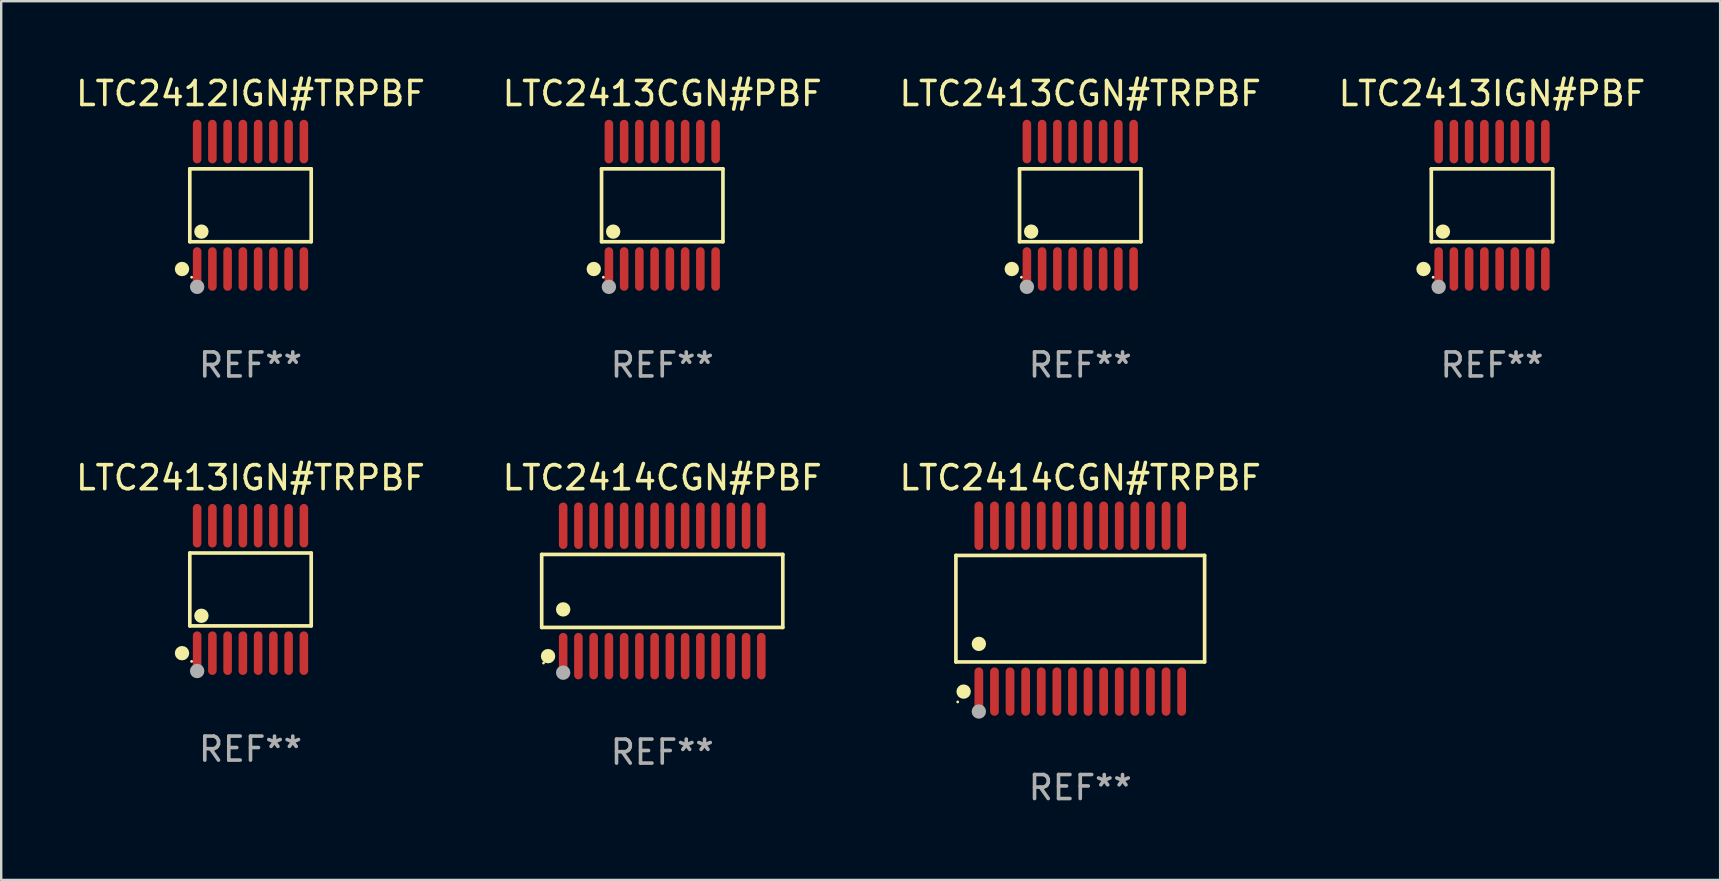
<source format=kicad_pcb>
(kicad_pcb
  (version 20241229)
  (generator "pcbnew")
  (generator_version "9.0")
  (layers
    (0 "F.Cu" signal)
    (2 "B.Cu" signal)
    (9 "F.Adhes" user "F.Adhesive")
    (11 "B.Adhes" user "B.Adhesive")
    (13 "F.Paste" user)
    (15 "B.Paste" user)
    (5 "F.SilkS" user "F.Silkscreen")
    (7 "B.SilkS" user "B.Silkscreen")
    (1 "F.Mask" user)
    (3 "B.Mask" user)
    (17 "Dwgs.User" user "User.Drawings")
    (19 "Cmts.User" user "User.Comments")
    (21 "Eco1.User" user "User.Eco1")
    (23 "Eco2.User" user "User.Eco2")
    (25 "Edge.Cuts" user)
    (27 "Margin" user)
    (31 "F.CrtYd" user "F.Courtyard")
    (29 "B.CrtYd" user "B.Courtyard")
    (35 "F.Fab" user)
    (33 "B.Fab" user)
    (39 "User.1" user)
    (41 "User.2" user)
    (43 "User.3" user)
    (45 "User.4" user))
  (footprint "LTC2413IGN#PBF"
    (layer "F.Cu")
    (at 59.113 5.503)
    (property "Reference" "LTC2413IGN#PBF" (at 0 -4.655 0) (layer "F.SilkS") (effects (font (size 1 1) (thickness 0.15))))
    (attr through_hole)
    (fp_line (start -2.529 -1.519) (end 2.529 -1.519) (stroke (width 0.152) (type solid)) (layer "F.SilkS"))
    (fp_line (start -2.529 1.519) (end -2.529 -1.519) (stroke (width 0.152) (type solid)) (layer "F.SilkS"))
    (fp_line (start 2.529 -1.519) (end 2.529 1.519) (stroke (width 0.152) (type solid)) (layer "F.SilkS"))
    (fp_line (start 2.529 1.519) (end -2.529 1.519) (stroke (width 0.152) (type solid)) (layer "F.SilkS"))
    (fp_circle (center -2.853 2.655) (end -2.703 2.655) (stroke (width 0.3) (type solid)) (fill no) (layer "F.SilkS"))
    (fp_circle (center -2.453 2.998) (end -2.423 2.998) (stroke (width 0.06) (type solid)) (fill no) (layer "F.SilkS"))
    (fp_circle (center -2.045 1.097) (end -1.895 1.097) (stroke (width 0.3) (type solid)) (fill no) (layer "F.SilkS"))
    (fp_circle (center -2.223 3.398) (end -2.072 3.398) (stroke (width 0.3) (type solid)) (fill no) (layer "F.Fab"))
    (fp_text user "REF**" (at 0 6.655 0) (layer "F.Fab") (effects (font (size 1 1) (thickness 0.15))))
    (pad "1" smd oval (at -2.223 2.655) (size 0.356 1.815) (layers "F.Cu" "F.Mask" "F.Paste"))
    (pad "2" smd oval (at -1.588 2.655) (size 0.356 1.815) (layers "F.Cu" "F.Mask" "F.Paste"))
    (pad "3" smd oval (at -0.953 2.655) (size 0.356 1.815) (layers "F.Cu" "F.Mask" "F.Paste"))
    (pad "4" smd oval (at -0.318 2.655) (size 0.356 1.815) (layers "F.Cu" "F.Mask" "F.Paste"))
    (pad "5" smd oval (at 0.318 2.655) (size 0.356 1.815) (layers "F.Cu" "F.Mask" "F.Paste"))
    (pad "6" smd oval (at 0.953 2.655) (size 0.356 1.815) (layers "F.Cu" "F.Mask" "F.Paste"))
    (pad "7" smd oval (at 1.588 2.655) (size 0.356 1.815) (layers "F.Cu" "F.Mask" "F.Paste"))
    (pad "8" smd oval (at 2.223 2.655) (size 0.356 1.815) (layers "F.Cu" "F.Mask" "F.Paste"))
    (pad "9" smd oval (at 2.223 -2.655) (size 0.356 1.815) (layers "F.Cu" "F.Mask" "F.Paste"))
    (pad "10" smd oval (at 1.588 -2.655) (size 0.356 1.815) (layers "F.Cu" "F.Mask" "F.Paste"))
    (pad "11" smd oval (at 0.953 -2.655) (size 0.356 1.815) (layers "F.Cu" "F.Mask" "F.Paste"))
    (pad "12" smd oval (at 0.318 -2.655) (size 0.356 1.815) (layers "F.Cu" "F.Mask" "F.Paste"))
    (pad "13" smd oval (at -0.318 -2.655) (size 0.356 1.815) (layers "F.Cu" "F.Mask" "F.Paste"))
    (pad "14" smd oval (at -0.953 -2.655) (size 0.356 1.815) (layers "F.Cu" "F.Mask" "F.Paste"))
    (pad "15" smd oval (at -1.588 -2.655) (size 0.356 1.815) (layers "F.Cu" "F.Mask" "F.Paste"))
    (pad "16" smd oval (at -2.223 -2.655) (size 0.356 1.815) (layers "F.Cu" "F.Mask" "F.Paste")))
  (footprint "LTC2414CGN#TRPBF"
    (layer "F.Cu")
    (at 41.958 22.31)
    (property "Reference" "LTC2414CGN#TRPBF" (at 0 -5.455 0) (layer "F.SilkS") (effects (font (size 1 1) (thickness 0.15))))
    (attr through_hole)
    (fp_line (start -5.181 -2.219) (end 5.181 -2.219) (stroke (width 0.152) (type solid)) (layer "F.SilkS"))
    (fp_line (start -5.181 2.219) (end -5.181 -2.219) (stroke (width 0.152) (type solid)) (layer "F.SilkS"))
    (fp_line (start 5.181 -2.219) (end 5.181 2.219) (stroke (width 0.152) (type solid)) (layer "F.SilkS"))
    (fp_line (start 5.181 2.219) (end -5.181 2.219) (stroke (width 0.152) (type solid)) (layer "F.SilkS"))
    (fp_circle (center -5.105 3.885) (end -5.075 3.885) (stroke (width 0.06) (type solid)) (fill no) (layer "F.SilkS"))
    (fp_circle (center -4.859 3.455) (end -4.709 3.455) (stroke (width 0.3) (type solid)) (fill no) (layer "F.SilkS"))
    (fp_circle (center -4.225 1.467) (end -4.075 1.467) (stroke (width 0.3) (type solid)) (fill no) (layer "F.SilkS"))
    (fp_circle (center -4.225 4.285) (end -4.075 4.285) (stroke (width 0.3) (type solid)) (fill no) (layer "F.Fab"))
    (fp_text user "REF**" (at 0 7.455 0) (layer "F.Fab") (effects (font (size 1 1) (thickness 0.15))))
    (pad "1" smd oval (at -4.225 3.455) (size 0.364 2.015) (layers "F.Cu" "F.Mask" "F.Paste"))
    (pad "2" smd oval (at -3.575 3.455) (size 0.364 2.015) (layers "F.Cu" "F.Mask" "F.Paste"))
    (pad "3" smd oval (at -2.925 3.455) (size 0.364 2.015) (layers "F.Cu" "F.Mask" "F.Paste"))
    (pad "4" smd oval (at -2.275 3.455) (size 0.364 2.015) (layers "F.Cu" "F.Mask" "F.Paste"))
    (pad "5" smd oval (at -1.625 3.455) (size 0.364 2.015) (layers "F.Cu" "F.Mask" "F.Paste"))
    (pad "6" smd oval (at -0.975 3.455) (size 0.364 2.015) (layers "F.Cu" "F.Mask" "F.Paste"))
    (pad "7" smd oval (at -0.325 3.455) (size 0.364 2.015) (layers "F.Cu" "F.Mask" "F.Paste"))
    (pad "8" smd oval (at 0.325 3.455) (size 0.364 2.015) (layers "F.Cu" "F.Mask" "F.Paste"))
    (pad "9" smd oval (at 0.975 3.455) (size 0.364 2.015) (layers "F.Cu" "F.Mask" "F.Paste"))
    (pad "10" smd oval (at 1.625 3.455) (size 0.364 2.015) (layers "F.Cu" "F.Mask" "F.Paste"))
    (pad "11" smd oval (at 2.275 3.455) (size 0.364 2.015) (layers "F.Cu" "F.Mask" "F.Paste"))
    (pad "12" smd oval (at 2.925 3.455) (size 0.364 2.015) (layers "F.Cu" "F.Mask" "F.Paste"))
    (pad "13" smd oval (at 3.575 3.455) (size 0.364 2.015) (layers "F.Cu" "F.Mask" "F.Paste"))
    (pad "14" smd oval (at 4.225 3.455) (size 0.364 2.015) (layers "F.Cu" "F.Mask" "F.Paste"))
    (pad "15" smd oval (at 4.225 -3.455) (size 0.364 2.015) (layers "F.Cu" "F.Mask" "F.Paste"))
    (pad "16" smd oval (at 3.575 -3.455) (size 0.364 2.015) (layers "F.Cu" "F.Mask" "F.Paste"))
    (pad "17" smd oval (at 2.925 -3.455) (size 0.364 2.015) (layers "F.Cu" "F.Mask" "F.Paste"))
    (pad "18" smd oval (at 2.275 -3.455) (size 0.364 2.015) (layers "F.Cu" "F.Mask" "F.Paste"))
    (pad "19" smd oval (at 1.625 -3.455) (size 0.364 2.015) (layers "F.Cu" "F.Mask" "F.Paste"))
    (pad "20" smd oval (at 0.975 -3.455) (size 0.364 2.015) (layers "F.Cu" "F.Mask" "F.Paste"))
    (pad "21" smd oval (at 0.325 -3.455) (size 0.364 2.015) (layers "F.Cu" "F.Mask" "F.Paste"))
    (pad "22" smd oval (at -0.325 -3.455) (size 0.364 2.015) (layers "F.Cu" "F.Mask" "F.Paste"))
    (pad "23" smd oval (at -0.975 -3.455) (size 0.364 2.015) (layers "F.Cu" "F.Mask" "F.Paste"))
    (pad "24" smd oval (at -1.625 -3.455) (size 0.364 2.015) (layers "F.Cu" "F.Mask" "F.Paste"))
    (pad "25" smd oval (at -2.275 -3.455) (size 0.364 2.015) (layers "F.Cu" "F.Mask" "F.Paste"))
    (pad "26" smd oval (at -2.925 -3.455) (size 0.364 2.015) (layers "F.Cu" "F.Mask" "F.Paste"))
    (pad "27" smd oval (at -3.575 -3.455) (size 0.364 2.015) (layers "F.Cu" "F.Mask" "F.Paste"))
    (pad "28" smd oval (at -4.225 -3.455) (size 0.364 2.015) (layers "F.Cu" "F.Mask" "F.Paste")))
  (footprint "LTC2413CGN#PBF"
    (layer "F.Cu")
    (at 24.542 5.503)
    (property "Reference" "LTC2413CGN#PBF" (at 0 -4.655 0) (layer "F.SilkS") (effects (font (size 1 1) (thickness 0.15))))
    (attr through_hole)
    (fp_line (start -2.529 -1.519) (end 2.529 -1.519) (stroke (width 0.152) (type solid)) (layer "F.SilkS"))
    (fp_line (start -2.529 1.519) (end -2.529 -1.519) (stroke (width 0.152) (type solid)) (layer "F.SilkS"))
    (fp_line (start 2.529 -1.519) (end 2.529 1.519) (stroke (width 0.152) (type solid)) (layer "F.SilkS"))
    (fp_line (start 2.529 1.519) (end -2.529 1.519) (stroke (width 0.152) (type solid)) (layer "F.SilkS"))
    (fp_circle (center -2.853 2.655) (end -2.703 2.655) (stroke (width 0.3) (type solid)) (fill no) (layer "F.SilkS"))
    (fp_circle (center -2.453 2.998) (end -2.423 2.998) (stroke (width 0.06) (type solid)) (fill no) (layer "F.SilkS"))
    (fp_circle (center -2.045 1.097) (end -1.895 1.097) (stroke (width 0.3) (type solid)) (fill no) (layer "F.SilkS"))
    (fp_circle (center -2.223 3.398) (end -2.072 3.398) (stroke (width 0.3) (type solid)) (fill no) (layer "F.Fab"))
    (fp_text user "REF**" (at 0 6.655 0) (layer "F.Fab") (effects (font (size 1 1) (thickness 0.15))))
    (pad "1" smd oval (at -2.223 2.655) (size 0.356 1.815) (layers "F.Cu" "F.Mask" "F.Paste"))
    (pad "2" smd oval (at -1.588 2.655) (size 0.356 1.815) (layers "F.Cu" "F.Mask" "F.Paste"))
    (pad "3" smd oval (at -0.953 2.655) (size 0.356 1.815) (layers "F.Cu" "F.Mask" "F.Paste"))
    (pad "4" smd oval (at -0.318 2.655) (size 0.356 1.815) (layers "F.Cu" "F.Mask" "F.Paste"))
    (pad "5" smd oval (at 0.318 2.655) (size 0.356 1.815) (layers "F.Cu" "F.Mask" "F.Paste"))
    (pad "6" smd oval (at 0.953 2.655) (size 0.356 1.815) (layers "F.Cu" "F.Mask" "F.Paste"))
    (pad "7" smd oval (at 1.588 2.655) (size 0.356 1.815) (layers "F.Cu" "F.Mask" "F.Paste"))
    (pad "8" smd oval (at 2.223 2.655) (size 0.356 1.815) (layers "F.Cu" "F.Mask" "F.Paste"))
    (pad "9" smd oval (at 2.223 -2.655) (size 0.356 1.815) (layers "F.Cu" "F.Mask" "F.Paste"))
    (pad "10" smd oval (at 1.588 -2.655) (size 0.356 1.815) (layers "F.Cu" "F.Mask" "F.Paste"))
    (pad "11" smd oval (at 0.953 -2.655) (size 0.356 1.815) (layers "F.Cu" "F.Mask" "F.Paste"))
    (pad "12" smd oval (at 0.318 -2.655) (size 0.356 1.815) (layers "F.Cu" "F.Mask" "F.Paste"))
    (pad "13" smd oval (at -0.318 -2.655) (size 0.356 1.815) (layers "F.Cu" "F.Mask" "F.Paste"))
    (pad "14" smd oval (at -0.953 -2.655) (size 0.356 1.815) (layers "F.Cu" "F.Mask" "F.Paste"))
    (pad "15" smd oval (at -1.588 -2.655) (size 0.356 1.815) (layers "F.Cu" "F.Mask" "F.Paste"))
    (pad "16" smd oval (at -2.223 -2.655) (size 0.356 1.815) (layers "F.Cu" "F.Mask" "F.Paste")))
  (footprint "LTC2412IGN#TRPBF"
    (layer "F.Cu")
    (at 7.387 5.503)
    (property "Reference" "LTC2412IGN#TRPBF" (at 0 -4.655 0) (layer "F.SilkS") (effects (font (size 1 1) (thickness 0.15))))
    (attr through_hole)
    (fp_line (start -2.529 -1.519) (end 2.529 -1.519) (stroke (width 0.152) (type solid)) (layer "F.SilkS"))
    (fp_line (start -2.529 1.519) (end -2.529 -1.519) (stroke (width 0.152) (type solid)) (layer "F.SilkS"))
    (fp_line (start 2.529 -1.519) (end 2.529 1.519) (stroke (width 0.152) (type solid)) (layer "F.SilkS"))
    (fp_line (start 2.529 1.519) (end -2.529 1.519) (stroke (width 0.152) (type solid)) (layer "F.SilkS"))
    (fp_circle (center -2.853 2.655) (end -2.703 2.655) (stroke (width 0.3) (type solid)) (fill no) (layer "F.SilkS"))
    (fp_circle (center -2.453 2.998) (end -2.423 2.998) (stroke (width 0.06) (type solid)) (fill no) (layer "F.SilkS"))
    (fp_circle (center -2.045 1.097) (end -1.895 1.097) (stroke (width 0.3) (type solid)) (fill no) (layer "F.SilkS"))
    (fp_circle (center -2.223 3.398) (end -2.072 3.398) (stroke (width 0.3) (type solid)) (fill no) (layer "F.Fab"))
    (fp_text user "REF**" (at 0 6.655 0) (layer "F.Fab") (effects (font (size 1 1) (thickness 0.15))))
    (pad "1" smd oval (at -2.223 2.655) (size 0.356 1.815) (layers "F.Cu" "F.Mask" "F.Paste"))
    (pad "2" smd oval (at -1.588 2.655) (size 0.356 1.815) (layers "F.Cu" "F.Mask" "F.Paste"))
    (pad "3" smd oval (at -0.953 2.655) (size 0.356 1.815) (layers "F.Cu" "F.Mask" "F.Paste"))
    (pad "4" smd oval (at -0.318 2.655) (size 0.356 1.815) (layers "F.Cu" "F.Mask" "F.Paste"))
    (pad "5" smd oval (at 0.318 2.655) (size 0.356 1.815) (layers "F.Cu" "F.Mask" "F.Paste"))
    (pad "6" smd oval (at 0.953 2.655) (size 0.356 1.815) (layers "F.Cu" "F.Mask" "F.Paste"))
    (pad "7" smd oval (at 1.588 2.655) (size 0.356 1.815) (layers "F.Cu" "F.Mask" "F.Paste"))
    (pad "8" smd oval (at 2.223 2.655) (size 0.356 1.815) (layers "F.Cu" "F.Mask" "F.Paste"))
    (pad "9" smd oval (at 2.223 -2.655) (size 0.356 1.815) (layers "F.Cu" "F.Mask" "F.Paste"))
    (pad "10" smd oval (at 1.588 -2.655) (size 0.356 1.815) (layers "F.Cu" "F.Mask" "F.Paste"))
    (pad "11" smd oval (at 0.953 -2.655) (size 0.356 1.815) (layers "F.Cu" "F.Mask" "F.Paste"))
    (pad "12" smd oval (at 0.318 -2.655) (size 0.356 1.815) (layers "F.Cu" "F.Mask" "F.Paste"))
    (pad "13" smd oval (at -0.318 -2.655) (size 0.356 1.815) (layers "F.Cu" "F.Mask" "F.Paste"))
    (pad "14" smd oval (at -0.953 -2.655) (size 0.356 1.815) (layers "F.Cu" "F.Mask" "F.Paste"))
    (pad "15" smd oval (at -1.588 -2.655) (size 0.356 1.815) (layers "F.Cu" "F.Mask" "F.Paste"))
    (pad "16" smd oval (at -2.223 -2.655) (size 0.356 1.815) (layers "F.Cu" "F.Mask" "F.Paste")))
  (footprint "LTC2414CGN#PBF"
    (layer "F.Cu")
    (at 24.542 21.571)
    (property "Reference" "LTC2414CGN#PBF" (at 0 -4.717 0) (layer "F.SilkS") (effects (font (size 1 1) (thickness 0.15))))
    (attr through_hole)
    (fp_line (start -5.023 -1.521) (end 5.023 -1.521) (stroke (width 0.152) (type solid)) (layer "F.SilkS"))
    (fp_line (start -5.023 1.521) (end -5.023 -1.521) (stroke (width 0.152) (type solid)) (layer "F.SilkS"))
    (fp_line (start 5.023 -1.521) (end 5.023 1.521) (stroke (width 0.152) (type solid)) (layer "F.SilkS"))
    (fp_line (start 5.023 1.521) (end -5.023 1.521) (stroke (width 0.152) (type solid)) (layer "F.SilkS"))
    (fp_circle (center -4.946 3.004) (end -4.916 3.004) (stroke (width 0.06) (type solid)) (fill no) (layer "F.SilkS"))
    (fp_circle (center -4.758 2.717) (end -4.608 2.717) (stroke (width 0.3) (type solid)) (fill no) (layer "F.SilkS"))
    (fp_circle (center -4.128 0.769) (end -3.977 0.769) (stroke (width 0.3) (type solid)) (fill no) (layer "F.SilkS"))
    (fp_circle (center -4.128 3.404) (end -3.977 3.404) (stroke (width 0.3) (type solid)) (fill no) (layer "F.Fab"))
    (fp_text user "REF**" (at 0 6.717 0) (layer "F.Fab") (effects (font (size 1 1) (thickness 0.15))))
    (pad "1" smd oval (at -4.128 2.717) (size 0.356 1.935) (layers "F.Cu" "F.Mask" "F.Paste"))
    (pad "2" smd oval (at -3.493 2.717) (size 0.356 1.935) (layers "F.Cu" "F.Mask" "F.Paste"))
    (pad "3" smd oval (at -2.858 2.717) (size 0.356 1.935) (layers "F.Cu" "F.Mask" "F.Paste"))
    (pad "4" smd oval (at -2.223 2.717) (size 0.356 1.935) (layers "F.Cu" "F.Mask" "F.Paste"))
    (pad "5" smd oval (at -1.588 2.717) (size 0.356 1.935) (layers "F.Cu" "F.Mask" "F.Paste"))
    (pad "6" smd oval (at -0.953 2.717) (size 0.356 1.935) (layers "F.Cu" "F.Mask" "F.Paste"))
    (pad "7" smd oval (at -0.318 2.717) (size 0.356 1.935) (layers "F.Cu" "F.Mask" "F.Paste"))
    (pad "8" smd oval (at 0.318 2.717) (size 0.356 1.935) (layers "F.Cu" "F.Mask" "F.Paste"))
    (pad "9" smd oval (at 0.953 2.717) (size 0.356 1.935) (layers "F.Cu" "F.Mask" "F.Paste"))
    (pad "10" smd oval (at 1.588 2.717) (size 0.356 1.935) (layers "F.Cu" "F.Mask" "F.Paste"))
    (pad "11" smd oval (at 2.223 2.717) (size 0.356 1.935) (layers "F.Cu" "F.Mask" "F.Paste"))
    (pad "12" smd oval (at 2.858 2.717) (size 0.356 1.935) (layers "F.Cu" "F.Mask" "F.Paste"))
    (pad "13" smd oval (at 3.493 2.717) (size 0.356 1.935) (layers "F.Cu" "F.Mask" "F.Paste"))
    (pad "14" smd oval (at 4.128 2.717) (size 0.356 1.935) (layers "F.Cu" "F.Mask" "F.Paste"))
    (pad "15" smd oval (at 4.128 -2.717) (size 0.356 1.935) (layers "F.Cu" "F.Mask" "F.Paste"))
    (pad "16" smd oval (at 3.493 -2.717) (size 0.356 1.935) (layers "F.Cu" "F.Mask" "F.Paste"))
    (pad "17" smd oval (at 2.858 -2.717) (size 0.356 1.935) (layers "F.Cu" "F.Mask" "F.Paste"))
    (pad "18" smd oval (at 2.223 -2.717) (size 0.356 1.935) (layers "F.Cu" "F.Mask" "F.Paste"))
    (pad "19" smd oval (at 1.588 -2.717) (size 0.356 1.935) (layers "F.Cu" "F.Mask" "F.Paste"))
    (pad "20" smd oval (at 0.953 -2.717) (size 0.356 1.935) (layers "F.Cu" "F.Mask" "F.Paste"))
    (pad "21" smd oval (at 0.318 -2.717) (size 0.356 1.935) (layers "F.Cu" "F.Mask" "F.Paste"))
    (pad "22" smd oval (at -0.318 -2.717) (size 0.356 1.935) (layers "F.Cu" "F.Mask" "F.Paste"))
    (pad "23" smd oval (at -0.953 -2.717) (size 0.356 1.935) (layers "F.Cu" "F.Mask" "F.Paste"))
    (pad "24" smd oval (at -1.588 -2.717) (size 0.356 1.935) (layers "F.Cu" "F.Mask" "F.Paste"))
    (pad "25" smd oval (at -2.223 -2.717) (size 0.356 1.935) (layers "F.Cu" "F.Mask" "F.Paste"))
    (pad "26" smd oval (at -2.858 -2.717) (size 0.356 1.935) (layers "F.Cu" "F.Mask" "F.Paste"))
    (pad "27" smd oval (at -3.493 -2.717) (size 0.356 1.935) (layers "F.Cu" "F.Mask" "F.Paste"))
    (pad "28" smd oval (at -4.128 -2.717) (size 0.356 1.935) (layers "F.Cu" "F.Mask" "F.Paste")))
  (footprint "LTC2413IGN#TRPBF"
    (layer "F.Cu")
    (at 7.387 21.509)
    (property "Reference" "LTC2413IGN#TRPBF" (at 0 -4.655 0) (layer "F.SilkS") (effects (font (size 1 1) (thickness 0.15))))
    (attr through_hole)
    (fp_line (start -2.529 -1.519) (end 2.529 -1.519) (stroke (width 0.152) (type solid)) (layer "F.SilkS"))
    (fp_line (start -2.529 1.519) (end -2.529 -1.519) (stroke (width 0.152) (type solid)) (layer "F.SilkS"))
    (fp_line (start 2.529 -1.519) (end 2.529 1.519) (stroke (width 0.152) (type solid)) (layer "F.SilkS"))
    (fp_line (start 2.529 1.519) (end -2.529 1.519) (stroke (width 0.152) (type solid)) (layer "F.SilkS"))
    (fp_circle (center -2.853 2.655) (end -2.703 2.655) (stroke (width 0.3) (type solid)) (fill no) (layer "F.SilkS"))
    (fp_circle (center -2.453 2.998) (end -2.423 2.998) (stroke (width 0.06) (type solid)) (fill no) (layer "F.SilkS"))
    (fp_circle (center -2.045 1.097) (end -1.895 1.097) (stroke (width 0.3) (type solid)) (fill no) (layer "F.SilkS"))
    (fp_circle (center -2.223 3.398) (end -2.072 3.398) (stroke (width 0.3) (type solid)) (fill no) (layer "F.Fab"))
    (fp_text user "REF**" (at 0 6.655 0) (layer "F.Fab") (effects (font (size 1 1) (thickness 0.15))))
    (pad "1" smd oval (at -2.223 2.655) (size 0.356 1.815) (layers "F.Cu" "F.Mask" "F.Paste"))
    (pad "2" smd oval (at -1.588 2.655) (size 0.356 1.815) (layers "F.Cu" "F.Mask" "F.Paste"))
    (pad "3" smd oval (at -0.953 2.655) (size 0.356 1.815) (layers "F.Cu" "F.Mask" "F.Paste"))
    (pad "4" smd oval (at -0.318 2.655) (size 0.356 1.815) (layers "F.Cu" "F.Mask" "F.Paste"))
    (pad "5" smd oval (at 0.318 2.655) (size 0.356 1.815) (layers "F.Cu" "F.Mask" "F.Paste"))
    (pad "6" smd oval (at 0.953 2.655) (size 0.356 1.815) (layers "F.Cu" "F.Mask" "F.Paste"))
    (pad "7" smd oval (at 1.588 2.655) (size 0.356 1.815) (layers "F.Cu" "F.Mask" "F.Paste"))
    (pad "8" smd oval (at 2.223 2.655) (size 0.356 1.815) (layers "F.Cu" "F.Mask" "F.Paste"))
    (pad "9" smd oval (at 2.223 -2.655) (size 0.356 1.815) (layers "F.Cu" "F.Mask" "F.Paste"))
    (pad "10" smd oval (at 1.588 -2.655) (size 0.356 1.815) (layers "F.Cu" "F.Mask" "F.Paste"))
    (pad "11" smd oval (at 0.953 -2.655) (size 0.356 1.815) (layers "F.Cu" "F.Mask" "F.Paste"))
    (pad "12" smd oval (at 0.318 -2.655) (size 0.356 1.815) (layers "F.Cu" "F.Mask" "F.Paste"))
    (pad "13" smd oval (at -0.318 -2.655) (size 0.356 1.815) (layers "F.Cu" "F.Mask" "F.Paste"))
    (pad "14" smd oval (at -0.953 -2.655) (size 0.356 1.815) (layers "F.Cu" "F.Mask" "F.Paste"))
    (pad "15" smd oval (at -1.588 -2.655) (size 0.356 1.815) (layers "F.Cu" "F.Mask" "F.Paste"))
    (pad "16" smd oval (at -2.223 -2.655) (size 0.356 1.815) (layers "F.Cu" "F.Mask" "F.Paste")))
  (footprint "LTC2413CGN#TRPBF"
    (layer "F.Cu")
    (at 41.958 5.503)
    (property "Reference" "LTC2413CGN#TRPBF" (at 0 -4.655 0) (layer "F.SilkS") (effects (font (size 1 1) (thickness 0.15))))
    (attr through_hole)
    (fp_line (start -2.529 -1.519) (end 2.529 -1.519) (stroke (width 0.152) (type solid)) (layer "F.SilkS"))
    (fp_line (start -2.529 1.519) (end -2.529 -1.519) (stroke (width 0.152) (type solid)) (layer "F.SilkS"))
    (fp_line (start 2.529 -1.519) (end 2.529 1.519) (stroke (width 0.152) (type solid)) (layer "F.SilkS"))
    (fp_line (start 2.529 1.519) (end -2.529 1.519) (stroke (width 0.152) (type solid)) (layer "F.SilkS"))
    (fp_circle (center -2.853 2.655) (end -2.703 2.655) (stroke (width 0.3) (type solid)) (fill no) (layer "F.SilkS"))
    (fp_circle (center -2.453 2.998) (end -2.423 2.998) (stroke (width 0.06) (type solid)) (fill no) (layer "F.SilkS"))
    (fp_circle (center -2.045 1.097) (end -1.895 1.097) (stroke (width 0.3) (type solid)) (fill no) (layer "F.SilkS"))
    (fp_circle (center -2.223 3.398) (end -2.072 3.398) (stroke (width 0.3) (type solid)) (fill no) (layer "F.Fab"))
    (fp_text user "REF**" (at 0 6.655 0) (layer "F.Fab") (effects (font (size 1 1) (thickness 0.15))))
    (pad "1" smd oval (at -2.223 2.655) (size 0.356 1.815) (layers "F.Cu" "F.Mask" "F.Paste"))
    (pad "2" smd oval (at -1.588 2.655) (size 0.356 1.815) (layers "F.Cu" "F.Mask" "F.Paste"))
    (pad "3" smd oval (at -0.953 2.655) (size 0.356 1.815) (layers "F.Cu" "F.Mask" "F.Paste"))
    (pad "4" smd oval (at -0.318 2.655) (size 0.356 1.815) (layers "F.Cu" "F.Mask" "F.Paste"))
    (pad "5" smd oval (at 0.318 2.655) (size 0.356 1.815) (layers "F.Cu" "F.Mask" "F.Paste"))
    (pad "6" smd oval (at 0.953 2.655) (size 0.356 1.815) (layers "F.Cu" "F.Mask" "F.Paste"))
    (pad "7" smd oval (at 1.588 2.655) (size 0.356 1.815) (layers "F.Cu" "F.Mask" "F.Paste"))
    (pad "8" smd oval (at 2.223 2.655) (size 0.356 1.815) (layers "F.Cu" "F.Mask" "F.Paste"))
    (pad "9" smd oval (at 2.223 -2.655) (size 0.356 1.815) (layers "F.Cu" "F.Mask" "F.Paste"))
    (pad "10" smd oval (at 1.588 -2.655) (size 0.356 1.815) (layers "F.Cu" "F.Mask" "F.Paste"))
    (pad "11" smd oval (at 0.953 -2.655) (size 0.356 1.815) (layers "F.Cu" "F.Mask" "F.Paste"))
    (pad "12" smd oval (at 0.318 -2.655) (size 0.356 1.815) (layers "F.Cu" "F.Mask" "F.Paste"))
    (pad "13" smd oval (at -0.318 -2.655) (size 0.356 1.815) (layers "F.Cu" "F.Mask" "F.Paste"))
    (pad "14" smd oval (at -0.953 -2.655) (size 0.356 1.815) (layers "F.Cu" "F.Mask" "F.Paste"))
    (pad "15" smd oval (at -1.588 -2.655) (size 0.356 1.815) (layers "F.Cu" "F.Mask" "F.Paste"))
    (pad "16" smd oval (at -2.223 -2.655) (size 0.356 1.815) (layers "F.Cu" "F.Mask" "F.Paste")))
  (gr_rect
    (start -3 -3)
    (end 68.619 33.613)
    (stroke (width 0.1) (type default))
    (fill no)
    (layer "Edge.Cuts")))
</source>
